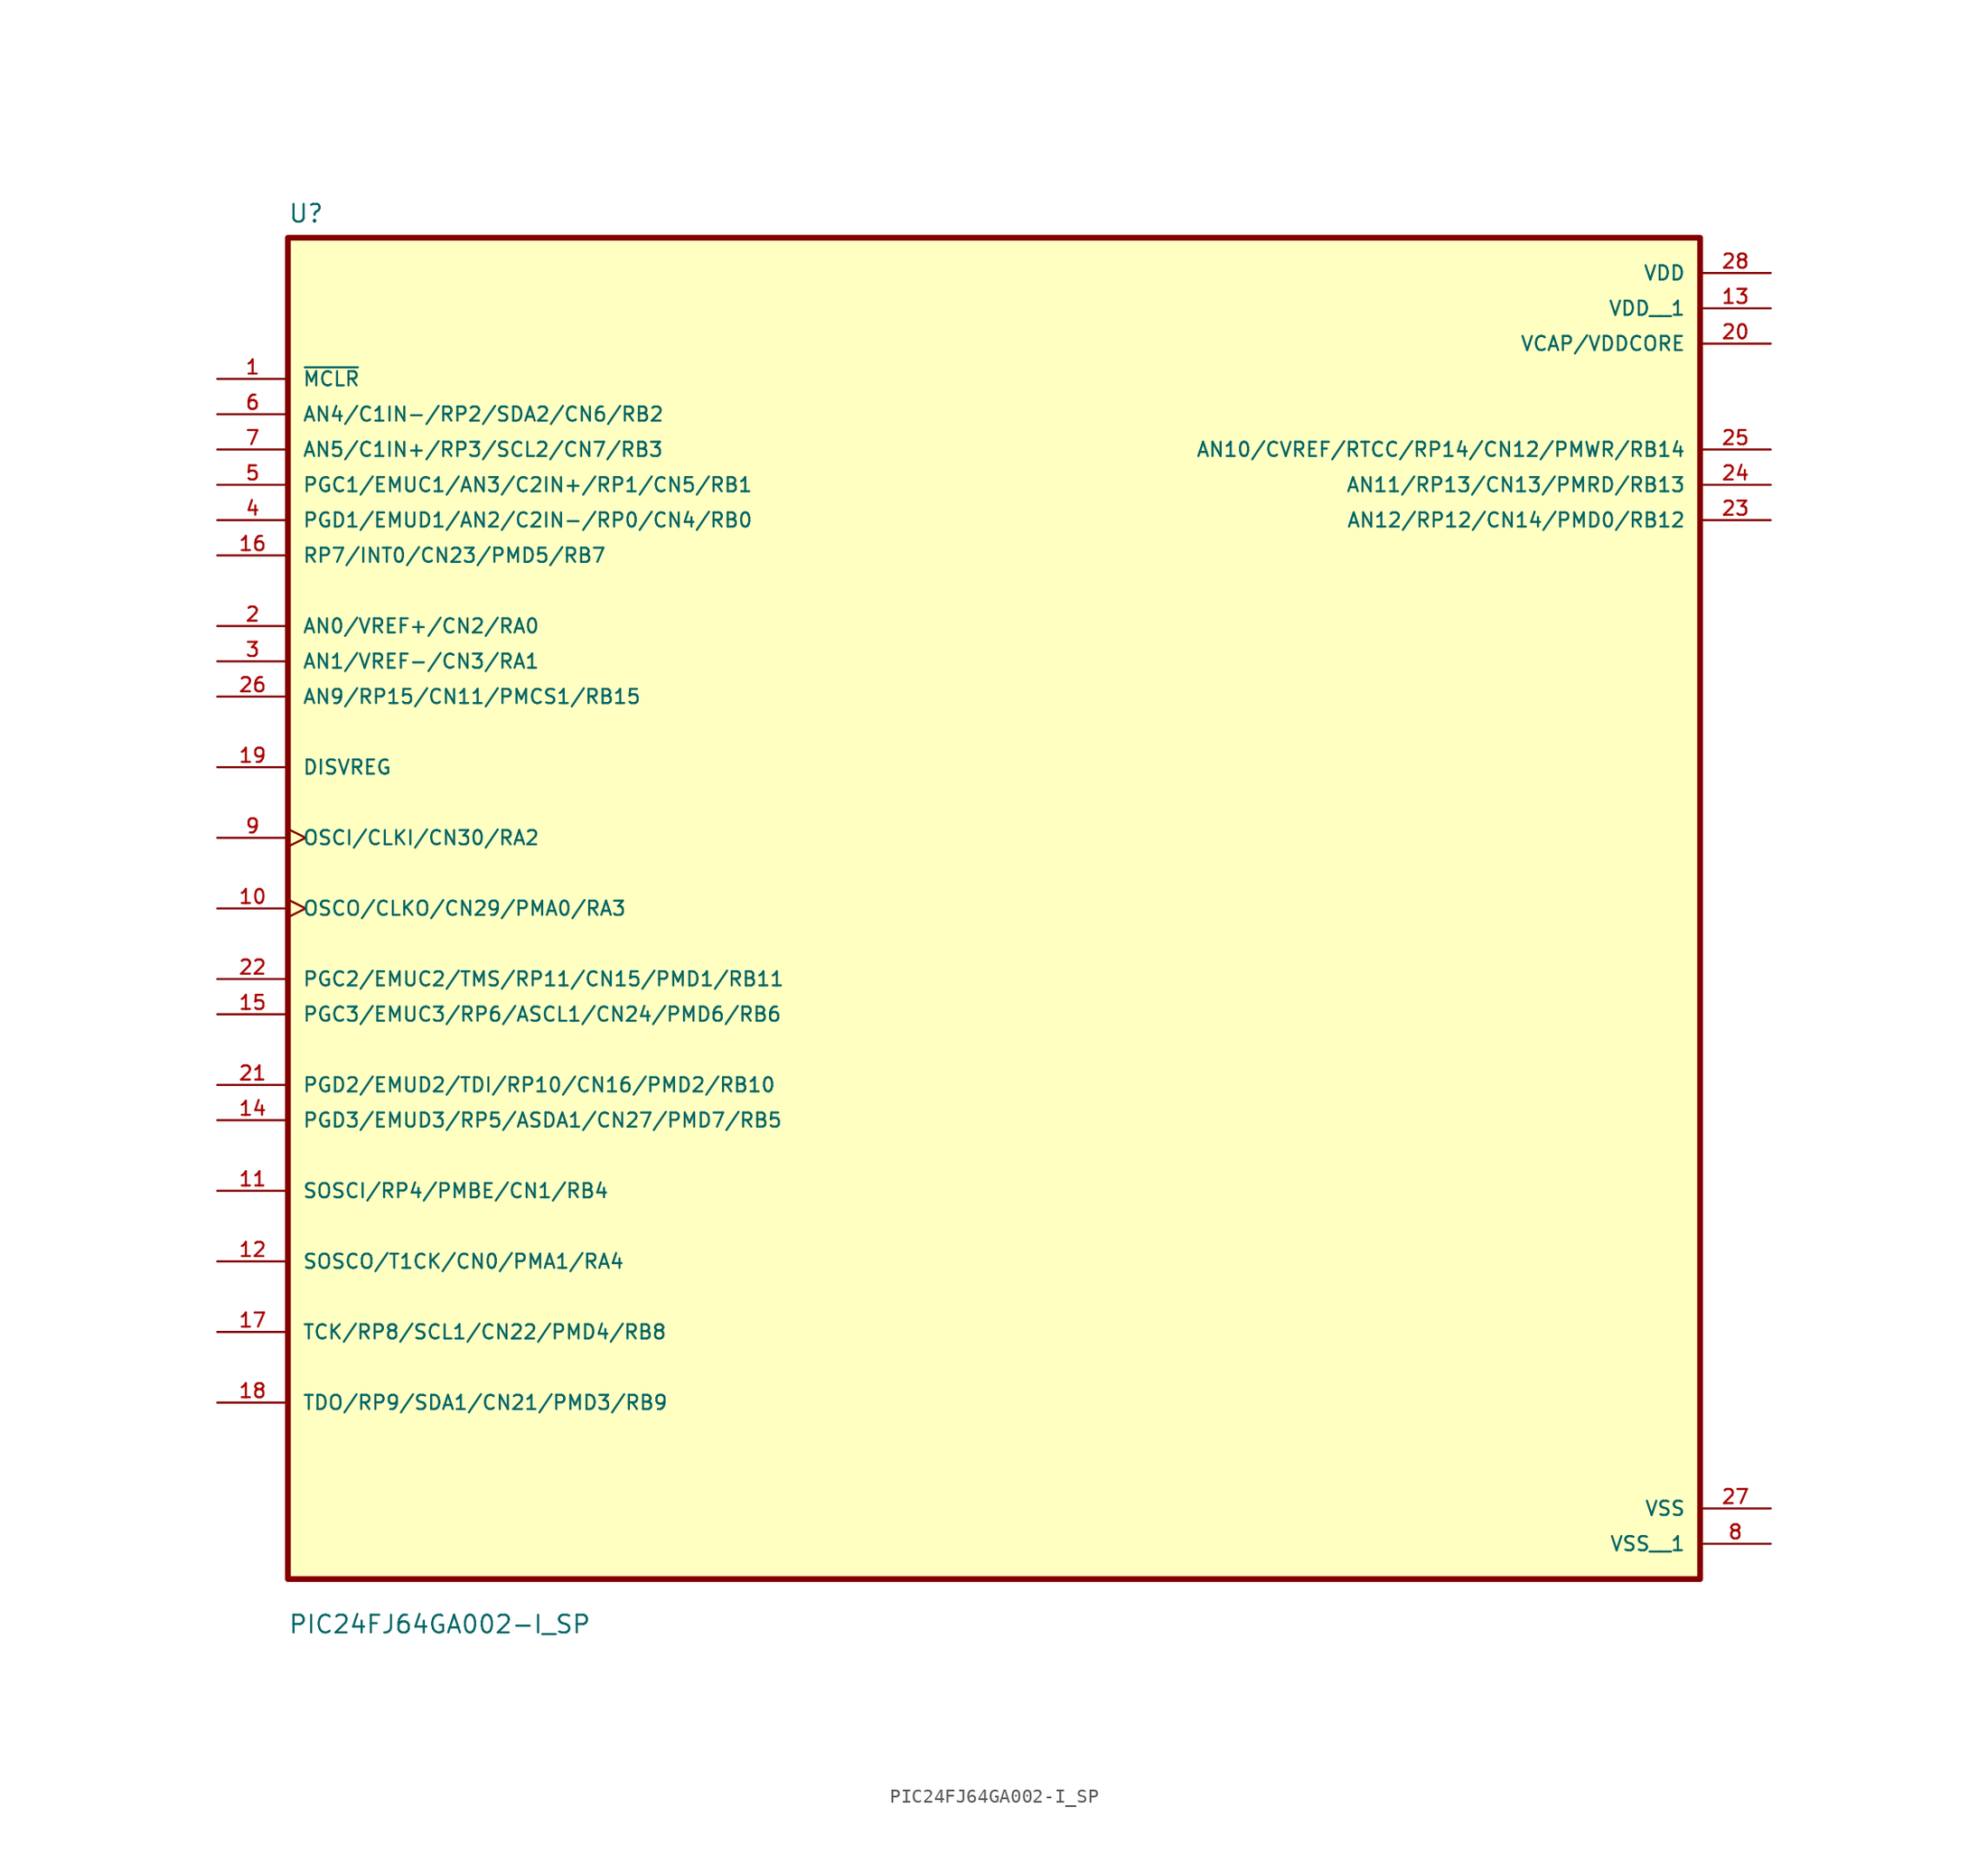
<source format=kicad_sym>
(kicad_symbol_lib
  (version 20211014)
  (generator kicad_symbol_editor)
  (symbol "PIC24FJ64GA002-I_SP"
    (pin_names
      (offset 1.016))
    (property "Reference" "U"
      (at -50.8 46.72 0.0)
      (effects (font (size 1.27 1.27)) (justify bottom left)))
    (property "Value" "PIC24FJ64GA002-I_SP"
      (at -50.8 -54.8 0.0)
      (effects (font (size 1.27 1.27)) (justify bottom left)))
    (symbol "PIC24FJ64GA002-I_SP_0_0"
      (rectangle (start -50.8 -50.8) (end 50.8 45.72) (stroke (width 0.41)) (fill (type background)))
      (pin input line (at -55.88 35.56 0) (length 5.08) (name "~{MCLR}" (effects (font (size 1.016 1.016)))) (number "1" (effects (font (size 1.016 1.016)))))
      (pin input line (at -55.88 33.02 0) (length 5.08) (name "AN4/C1IN-/RP2/SDA2/CN6/RB2" (effects (font (size 1.016 1.016)))) (number "6" (effects (font (size 1.016 1.016)))))
      (pin input line (at -55.88 30.48 0) (length 5.08) (name "AN5/C1IN+/RP3/SCL2/CN7/RB3" (effects (font (size 1.016 1.016)))) (number "7" (effects (font (size 1.016 1.016)))))
      (pin input line (at -55.88 27.94 0) (length 5.08) (name "PGC1/EMUC1/AN3/C2IN+/RP1/CN5/RB1" (effects (font (size 1.016 1.016)))) (number "5" (effects (font (size 1.016 1.016)))))
      (pin input line (at -55.88 25.4 0) (length 5.08) (name "PGD1/EMUD1/AN2/C2IN-/RP0/CN4/RB0" (effects (font (size 1.016 1.016)))) (number "4" (effects (font (size 1.016 1.016)))))
      (pin input line (at -55.88 22.86 0) (length 5.08) (name "RP7/INT0/CN23/PMD5/RB7" (effects (font (size 1.016 1.016)))) (number "16" (effects (font (size 1.016 1.016)))))
      (pin bidirectional line (at -55.88 17.78 0) (length 5.08) (name "AN0/VREF+/CN2/RA0" (effects (font (size 1.016 1.016)))) (number "2" (effects (font (size 1.016 1.016)))))
      (pin bidirectional line (at -55.88 15.24 0) (length 5.08) (name "AN1/VREF-/CN3/RA1" (effects (font (size 1.016 1.016)))) (number "3" (effects (font (size 1.016 1.016)))))
      (pin bidirectional line (at -55.88 12.7 0) (length 5.08) (name "AN9/RP15/CN11/PMCS1/RB15" (effects (font (size 1.016 1.016)))) (number "26" (effects (font (size 1.016 1.016)))))
      (pin bidirectional line (at -55.88 7.62 0) (length 5.08) (name "DISVREG" (effects (font (size 1.016 1.016)))) (number "19" (effects (font (size 1.016 1.016)))))
      (pin bidirectional clock (at -55.88 2.54 0) (length 5.08) (name "OSCI/CLKI/CN30/RA2" (effects (font (size 1.016 1.016)))) (number "9" (effects (font (size 1.016 1.016)))))
      (pin bidirectional clock (at -55.88 -2.54 0) (length 5.08) (name "OSCO/CLKO/CN29/PMA0/RA3" (effects (font (size 1.016 1.016)))) (number "10" (effects (font (size 1.016 1.016)))))
      (pin bidirectional line (at -55.88 -7.62 0) (length 5.08) (name "PGC2/EMUC2/TMS/RP11/CN15/PMD1/RB11" (effects (font (size 1.016 1.016)))) (number "22" (effects (font (size 1.016 1.016)))))
      (pin bidirectional line (at -55.88 -10.16 0) (length 5.08) (name "PGC3/EMUC3/RP6/ASCL1/CN24/PMD6/RB6" (effects (font (size 1.016 1.016)))) (number "15" (effects (font (size 1.016 1.016)))))
      (pin bidirectional line (at -55.88 -15.24 0) (length 5.08) (name "PGD2/EMUD2/TDI/RP10/CN16/PMD2/RB10" (effects (font (size 1.016 1.016)))) (number "21" (effects (font (size 1.016 1.016)))))
      (pin bidirectional line (at -55.88 -17.78 0) (length 5.08) (name "PGD3/EMUD3/RP5/ASDA1/CN27/PMD7/RB5" (effects (font (size 1.016 1.016)))) (number "14" (effects (font (size 1.016 1.016)))))
      (pin bidirectional line (at -55.88 -22.86 0) (length 5.08) (name "SOSCI/RP4/PMBE/CN1/RB4" (effects (font (size 1.016 1.016)))) (number "11" (effects (font (size 1.016 1.016)))))
      (pin bidirectional line (at -55.88 -27.94 0) (length 5.08) (name "SOSCO/T1CK/CN0/PMA1/RA4" (effects (font (size 1.016 1.016)))) (number "12" (effects (font (size 1.016 1.016)))))
      (pin bidirectional line (at -55.88 -33.02 0) (length 5.08) (name "TCK/RP8/SCL1/CN22/PMD4/RB8" (effects (font (size 1.016 1.016)))) (number "17" (effects (font (size 1.016 1.016)))))
      (pin bidirectional line (at -55.88 -38.1 0) (length 5.08) (name "TDO/RP9/SDA1/CN21/PMD3/RB9" (effects (font (size 1.016 1.016)))) (number "18" (effects (font (size 1.016 1.016)))))
      (pin power_in line (at 55.88 43.18 180.0) (length 5.08) (name "VDD" (effects (font (size 1.016 1.016)))) (number "28" (effects (font (size 1.016 1.016)))))
      (pin power_in line (at 55.88 38.1 180.0) (length 5.08) (name "VCAP/VDDCORE" (effects (font (size 1.016 1.016)))) (number "20" (effects (font (size 1.016 1.016)))))
      (pin bidirectional line (at 55.88 30.48 180.0) (length 5.08) (name "AN10/CVREF/RTCC/RP14/CN12/PMWR/RB14" (effects (font (size 1.016 1.016)))) (number "25" (effects (font (size 1.016 1.016)))))
      (pin bidirectional line (at 55.88 27.94 180.0) (length 5.08) (name "AN11/RP13/CN13/PMRD/RB13" (effects (font (size 1.016 1.016)))) (number "24" (effects (font (size 1.016 1.016)))))
      (pin bidirectional line (at 55.88 25.4 180.0) (length 5.08) (name "AN12/RP12/CN14/PMD0/RB12" (effects (font (size 1.016 1.016)))) (number "23" (effects (font (size 1.016 1.016)))))
      (pin power_in line (at 55.88 -45.72 180.0) (length 5.08) (name "VSS" (effects (font (size 1.016 1.016)))) (number "27" (effects (font (size 1.016 1.016)))))
      (pin power_in line (at 55.88 40.64 180.0) (length 5.08) (name "VDD__1" (effects (font (size 1.016 1.016)))) (number "13" (effects (font (size 1.016 1.016)))))
      (pin power_in line (at 55.88 -48.26 180.0) (length 5.08) (name "VSS__1" (effects (font (size 1.016 1.016)))) (number "8" (effects (font (size 1.016 1.016))))))))
</source>
